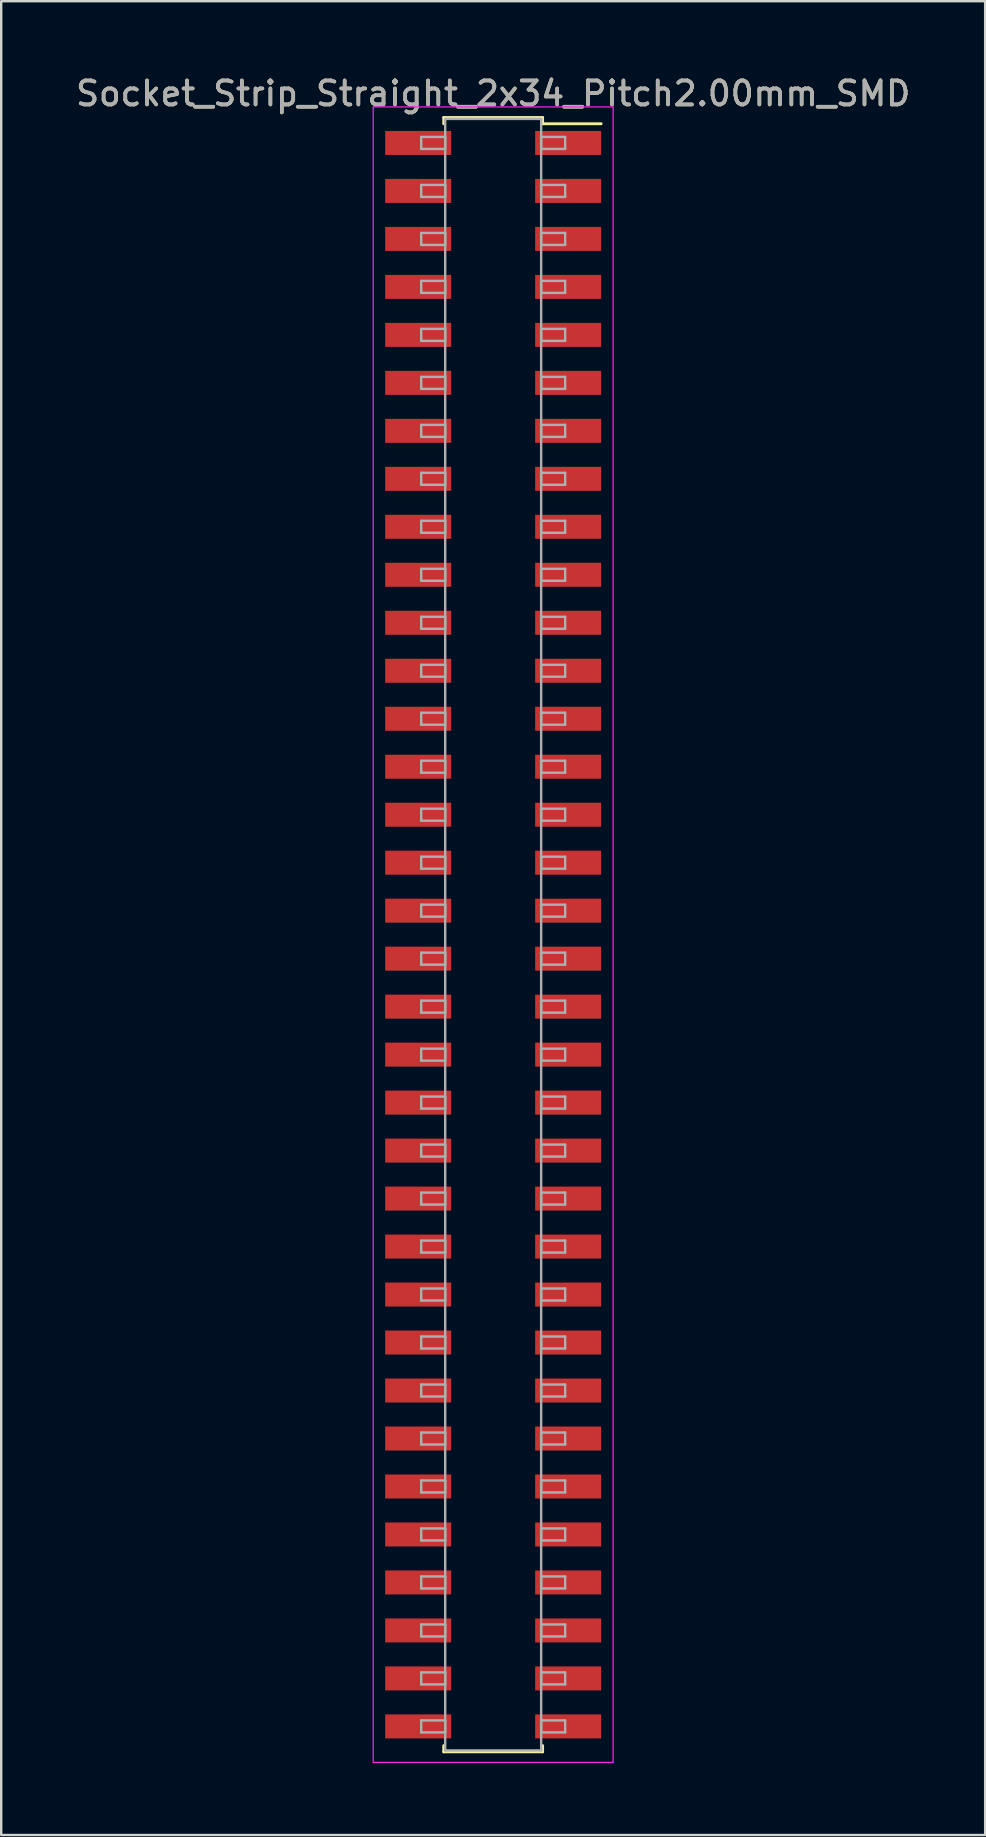
<source format=kicad_pcb>
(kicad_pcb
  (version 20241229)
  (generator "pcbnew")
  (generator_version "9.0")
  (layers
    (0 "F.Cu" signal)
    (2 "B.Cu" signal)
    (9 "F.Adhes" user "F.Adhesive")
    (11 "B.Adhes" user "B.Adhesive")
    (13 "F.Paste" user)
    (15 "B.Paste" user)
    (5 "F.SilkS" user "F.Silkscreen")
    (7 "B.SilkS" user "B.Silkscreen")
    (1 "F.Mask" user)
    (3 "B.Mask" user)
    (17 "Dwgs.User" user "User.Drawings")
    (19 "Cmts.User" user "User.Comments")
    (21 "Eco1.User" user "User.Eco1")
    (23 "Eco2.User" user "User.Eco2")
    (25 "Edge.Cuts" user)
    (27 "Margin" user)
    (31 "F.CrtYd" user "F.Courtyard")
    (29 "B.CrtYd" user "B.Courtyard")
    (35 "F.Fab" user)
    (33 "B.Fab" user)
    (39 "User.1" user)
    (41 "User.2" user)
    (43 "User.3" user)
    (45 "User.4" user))
  (footprint "Socket_Strip_Straight_2x34_Pitch2.00mm_SMD"
    (layer "F.Cu")
    (at 17.506 35.908)
    (property "Reference" "Socket_Strip_Straight_2x34_Pitch2.00mm_SMD" (at 0 -35.06 0) (layer "F.SilkS") (effects (font (size 1 1) (thickness 0.15))))
    (attr smd)
    (fp_line (start -2.06 -34.06) (end 2.06 -34.06) (stroke (width 0.12) (type solid)) (layer "F.SilkS"))
    (fp_line (start -2.06 -33.8) (end -2.06 -34.06) (stroke (width 0.12) (type solid)) (layer "F.SilkS"))
    (fp_line (start -2.06 33.8) (end -2.06 34.06) (stroke (width 0.12) (type solid)) (layer "F.SilkS"))
    (fp_line (start -2.06 34.06) (end 2.06 34.06) (stroke (width 0.12) (type solid)) (layer "F.SilkS"))
    (fp_line (start 2.06 -34.06) (end 2.06 -33.8) (stroke (width 0.12) (type solid)) (layer "F.SilkS"))
    (fp_line (start 2.06 34.06) (end 2.06 33.8) (stroke (width 0.12) (type solid)) (layer "F.SilkS"))
    (fp_line (start 4.5 -33.8) (end 2.06 -33.8) (stroke (width 0.12) (type solid)) (layer "F.SilkS"))
    (fp_line (start -5 -34.5) (end -5 34.5) (stroke (width 0.05) (type solid)) (layer "F.CrtYd"))
    (fp_line (start -5 34.5) (end 5 34.5) (stroke (width 0.05) (type solid)) (layer "F.CrtYd"))
    (fp_line (start 5 -34.5) (end -5 -34.5) (stroke (width 0.05) (type solid)) (layer "F.CrtYd"))
    (fp_line (start 5 34.5) (end 5 -34.5) (stroke (width 0.05) (type solid)) (layer "F.CrtYd"))
    (fp_line (start -3 -33.25) (end -2 -33.25) (stroke (width 0.1) (type solid)) (layer "F.Fab"))
    (fp_line (start -3 -32.75) (end -3 -33.25) (stroke (width 0.1) (type solid)) (layer "F.Fab"))
    (fp_line (start -3 -31.25) (end -2 -31.25) (stroke (width 0.1) (type solid)) (layer "F.Fab"))
    (fp_line (start -3 -30.75) (end -3 -31.25) (stroke (width 0.1) (type solid)) (layer "F.Fab"))
    (fp_line (start -3 -29.25) (end -2 -29.25) (stroke (width 0.1) (type solid)) (layer "F.Fab"))
    (fp_line (start -3 -28.75) (end -3 -29.25) (stroke (width 0.1) (type solid)) (layer "F.Fab"))
    (fp_line (start -3 -27.25) (end -2 -27.25) (stroke (width 0.1) (type solid)) (layer "F.Fab"))
    (fp_line (start -3 -26.75) (end -3 -27.25) (stroke (width 0.1) (type solid)) (layer "F.Fab"))
    (fp_line (start -3 -25.25) (end -2 -25.25) (stroke (width 0.1) (type solid)) (layer "F.Fab"))
    (fp_line (start -3 -24.75) (end -3 -25.25) (stroke (width 0.1) (type solid)) (layer "F.Fab"))
    (fp_line (start -3 -23.25) (end -2 -23.25) (stroke (width 0.1) (type solid)) (layer "F.Fab"))
    (fp_line (start -3 -22.75) (end -3 -23.25) (stroke (width 0.1) (type solid)) (layer "F.Fab"))
    (fp_line (start -3 -21.25) (end -2 -21.25) (stroke (width 0.1) (type solid)) (layer "F.Fab"))
    (fp_line (start -3 -20.75) (end -3 -21.25) (stroke (width 0.1) (type solid)) (layer "F.Fab"))
    (fp_line (start -3 -19.25) (end -2 -19.25) (stroke (width 0.1) (type solid)) (layer "F.Fab"))
    (fp_line (start -3 -18.75) (end -3 -19.25) (stroke (width 0.1) (type solid)) (layer "F.Fab"))
    (fp_line (start -3 -17.25) (end -2 -17.25) (stroke (width 0.1) (type solid)) (layer "F.Fab"))
    (fp_line (start -3 -16.75) (end -3 -17.25) (stroke (width 0.1) (type solid)) (layer "F.Fab"))
    (fp_line (start -3 -15.25) (end -2 -15.25) (stroke (width 0.1) (type solid)) (layer "F.Fab"))
    (fp_line (start -3 -14.75) (end -3 -15.25) (stroke (width 0.1) (type solid)) (layer "F.Fab"))
    (fp_line (start -3 -13.25) (end -2 -13.25) (stroke (width 0.1) (type solid)) (layer "F.Fab"))
    (fp_line (start -3 -12.75) (end -3 -13.25) (stroke (width 0.1) (type solid)) (layer "F.Fab"))
    (fp_line (start -3 -11.25) (end -2 -11.25) (stroke (width 0.1) (type solid)) (layer "F.Fab"))
    (fp_line (start -3 -10.75) (end -3 -11.25) (stroke (width 0.1) (type solid)) (layer "F.Fab"))
    (fp_line (start -3 -9.25) (end -2 -9.25) (stroke (width 0.1) (type solid)) (layer "F.Fab"))
    (fp_line (start -3 -8.75) (end -3 -9.25) (stroke (width 0.1) (type solid)) (layer "F.Fab"))
    (fp_line (start -3 -7.25) (end -2 -7.25) (stroke (width 0.1) (type solid)) (layer "F.Fab"))
    (fp_line (start -3 -6.75) (end -3 -7.25) (stroke (width 0.1) (type solid)) (layer "F.Fab"))
    (fp_line (start -3 -5.25) (end -2 -5.25) (stroke (width 0.1) (type solid)) (layer "F.Fab"))
    (fp_line (start -3 -4.75) (end -3 -5.25) (stroke (width 0.1) (type solid)) (layer "F.Fab"))
    (fp_line (start -3 -3.25) (end -2 -3.25) (stroke (width 0.1) (type solid)) (layer "F.Fab"))
    (fp_line (start -3 -2.75) (end -3 -3.25) (stroke (width 0.1) (type solid)) (layer "F.Fab"))
    (fp_line (start -3 -1.25) (end -2 -1.25) (stroke (width 0.1) (type solid)) (layer "F.Fab"))
    (fp_line (start -3 -0.75) (end -3 -1.25) (stroke (width 0.1) (type solid)) (layer "F.Fab"))
    (fp_line (start -3 0.75) (end -2 0.75) (stroke (width 0.1) (type solid)) (layer "F.Fab"))
    (fp_line (start -3 1.25) (end -3 0.75) (stroke (width 0.1) (type solid)) (layer "F.Fab"))
    (fp_line (start -3 2.75) (end -2 2.75) (stroke (width 0.1) (type solid)) (layer "F.Fab"))
    (fp_line (start -3 3.25) (end -3 2.75) (stroke (width 0.1) (type solid)) (layer "F.Fab"))
    (fp_line (start -3 4.75) (end -2 4.75) (stroke (width 0.1) (type solid)) (layer "F.Fab"))
    (fp_line (start -3 5.25) (end -3 4.75) (stroke (width 0.1) (type solid)) (layer "F.Fab"))
    (fp_line (start -3 6.75) (end -2 6.75) (stroke (width 0.1) (type solid)) (layer "F.Fab"))
    (fp_line (start -3 7.25) (end -3 6.75) (stroke (width 0.1) (type solid)) (layer "F.Fab"))
    (fp_line (start -3 8.75) (end -2 8.75) (stroke (width 0.1) (type solid)) (layer "F.Fab"))
    (fp_line (start -3 9.25) (end -3 8.75) (stroke (width 0.1) (type solid)) (layer "F.Fab"))
    (fp_line (start -3 10.75) (end -2 10.75) (stroke (width 0.1) (type solid)) (layer "F.Fab"))
    (fp_line (start -3 11.25) (end -3 10.75) (stroke (width 0.1) (type solid)) (layer "F.Fab"))
    (fp_line (start -3 12.75) (end -2 12.75) (stroke (width 0.1) (type solid)) (layer "F.Fab"))
    (fp_line (start -3 13.25) (end -3 12.75) (stroke (width 0.1) (type solid)) (layer "F.Fab"))
    (fp_line (start -3 14.75) (end -2 14.75) (stroke (width 0.1) (type solid)) (layer "F.Fab"))
    (fp_line (start -3 15.25) (end -3 14.75) (stroke (width 0.1) (type solid)) (layer "F.Fab"))
    (fp_line (start -3 16.75) (end -2 16.75) (stroke (width 0.1) (type solid)) (layer "F.Fab"))
    (fp_line (start -3 17.25) (end -3 16.75) (stroke (width 0.1) (type solid)) (layer "F.Fab"))
    (fp_line (start -3 18.75) (end -2 18.75) (stroke (width 0.1) (type solid)) (layer "F.Fab"))
    (fp_line (start -3 19.25) (end -3 18.75) (stroke (width 0.1) (type solid)) (layer "F.Fab"))
    (fp_line (start -3 20.75) (end -2 20.75) (stroke (width 0.1) (type solid)) (layer "F.Fab"))
    (fp_line (start -3 21.25) (end -3 20.75) (stroke (width 0.1) (type solid)) (layer "F.Fab"))
    (fp_line (start -3 22.75) (end -2 22.75) (stroke (width 0.1) (type solid)) (layer "F.Fab"))
    (fp_line (start -3 23.25) (end -3 22.75) (stroke (width 0.1) (type solid)) (layer "F.Fab"))
    (fp_line (start -3 24.75) (end -2 24.75) (stroke (width 0.1) (type solid)) (layer "F.Fab"))
    (fp_line (start -3 25.25) (end -3 24.75) (stroke (width 0.1) (type solid)) (layer "F.Fab"))
    (fp_line (start -3 26.75) (end -2 26.75) (stroke (width 0.1) (type solid)) (layer "F.Fab"))
    (fp_line (start -3 27.25) (end -3 26.75) (stroke (width 0.1) (type solid)) (layer "F.Fab"))
    (fp_line (start -3 28.75) (end -2 28.75) (stroke (width 0.1) (type solid)) (layer "F.Fab"))
    (fp_line (start -3 29.25) (end -3 28.75) (stroke (width 0.1) (type solid)) (layer "F.Fab"))
    (fp_line (start -3 30.75) (end -2 30.75) (stroke (width 0.1) (type solid)) (layer "F.Fab"))
    (fp_line (start -3 31.25) (end -3 30.75) (stroke (width 0.1) (type solid)) (layer "F.Fab"))
    (fp_line (start -3 32.75) (end -2 32.75) (stroke (width 0.1) (type solid)) (layer "F.Fab"))
    (fp_line (start -3 33.25) (end -3 32.75) (stroke (width 0.1) (type solid)) (layer "F.Fab"))
    (fp_line (start -2 -34) (end -2 34) (stroke (width 0.1) (type solid)) (layer "F.Fab"))
    (fp_line (start -2 -33.25) (end -2 -32.75) (stroke (width 0.1) (type solid)) (layer "F.Fab"))
    (fp_line (start -2 -32.75) (end -3 -32.75) (stroke (width 0.1) (type solid)) (layer "F.Fab"))
    (fp_line (start -2 -31.25) (end -2 -30.75) (stroke (width 0.1) (type solid)) (layer "F.Fab"))
    (fp_line (start -2 -30.75) (end -3 -30.75) (stroke (width 0.1) (type solid)) (layer "F.Fab"))
    (fp_line (start -2 -29.25) (end -2 -28.75) (stroke (width 0.1) (type solid)) (layer "F.Fab"))
    (fp_line (start -2 -28.75) (end -3 -28.75) (stroke (width 0.1) (type solid)) (layer "F.Fab"))
    (fp_line (start -2 -27.25) (end -2 -26.75) (stroke (width 0.1) (type solid)) (layer "F.Fab"))
    (fp_line (start -2 -26.75) (end -3 -26.75) (stroke (width 0.1) (type solid)) (layer "F.Fab"))
    (fp_line (start -2 -25.25) (end -2 -24.75) (stroke (width 0.1) (type solid)) (layer "F.Fab"))
    (fp_line (start -2 -24.75) (end -3 -24.75) (stroke (width 0.1) (type solid)) (layer "F.Fab"))
    (fp_line (start -2 -23.25) (end -2 -22.75) (stroke (width 0.1) (type solid)) (layer "F.Fab"))
    (fp_line (start -2 -22.75) (end -3 -22.75) (stroke (width 0.1) (type solid)) (layer "F.Fab"))
    (fp_line (start -2 -21.25) (end -2 -20.75) (stroke (width 0.1) (type solid)) (layer "F.Fab"))
    (fp_line (start -2 -20.75) (end -3 -20.75) (stroke (width 0.1) (type solid)) (layer "F.Fab"))
    (fp_line (start -2 -19.25) (end -2 -18.75) (stroke (width 0.1) (type solid)) (layer "F.Fab"))
    (fp_line (start -2 -18.75) (end -3 -18.75) (stroke (width 0.1) (type solid)) (layer "F.Fab"))
    (fp_line (start -2 -17.25) (end -2 -16.75) (stroke (width 0.1) (type solid)) (layer "F.Fab"))
    (fp_line (start -2 -16.75) (end -3 -16.75) (stroke (width 0.1) (type solid)) (layer "F.Fab"))
    (fp_line (start -2 -15.25) (end -2 -14.75) (stroke (width 0.1) (type solid)) (layer "F.Fab"))
    (fp_line (start -2 -14.75) (end -3 -14.75) (stroke (width 0.1) (type solid)) (layer "F.Fab"))
    (fp_line (start -2 -13.25) (end -2 -12.75) (stroke (width 0.1) (type solid)) (layer "F.Fab"))
    (fp_line (start -2 -12.75) (end -3 -12.75) (stroke (width 0.1) (type solid)) (layer "F.Fab"))
    (fp_line (start -2 -11.25) (end -2 -10.75) (stroke (width 0.1) (type solid)) (layer "F.Fab"))
    (fp_line (start -2 -10.75) (end -3 -10.75) (stroke (width 0.1) (type solid)) (layer "F.Fab"))
    (fp_line (start -2 -9.25) (end -2 -8.75) (stroke (width 0.1) (type solid)) (layer "F.Fab"))
    (fp_line (start -2 -8.75) (end -3 -8.75) (stroke (width 0.1) (type solid)) (layer "F.Fab"))
    (fp_line (start -2 -7.25) (end -2 -6.75) (stroke (width 0.1) (type solid)) (layer "F.Fab"))
    (fp_line (start -2 -6.75) (end -3 -6.75) (stroke (width 0.1) (type solid)) (layer "F.Fab"))
    (fp_line (start -2 -5.25) (end -2 -4.75) (stroke (width 0.1) (type solid)) (layer "F.Fab"))
    (fp_line (start -2 -4.75) (end -3 -4.75) (stroke (width 0.1) (type solid)) (layer "F.Fab"))
    (fp_line (start -2 -3.25) (end -2 -2.75) (stroke (width 0.1) (type solid)) (layer "F.Fab"))
    (fp_line (start -2 -2.75) (end -3 -2.75) (stroke (width 0.1) (type solid)) (layer "F.Fab"))
    (fp_line (start -2 -1.25) (end -2 -0.75) (stroke (width 0.1) (type solid)) (layer "F.Fab"))
    (fp_line (start -2 -0.75) (end -3 -0.75) (stroke (width 0.1) (type solid)) (layer "F.Fab"))
    (fp_line (start -2 0.75) (end -2 1.25) (stroke (width 0.1) (type solid)) (layer "F.Fab"))
    (fp_line (start -2 1.25) (end -3 1.25) (stroke (width 0.1) (type solid)) (layer "F.Fab"))
    (fp_line (start -2 2.75) (end -2 3.25) (stroke (width 0.1) (type solid)) (layer "F.Fab"))
    (fp_line (start -2 3.25) (end -3 3.25) (stroke (width 0.1) (type solid)) (layer "F.Fab"))
    (fp_line (start -2 4.75) (end -2 5.25) (stroke (width 0.1) (type solid)) (layer "F.Fab"))
    (fp_line (start -2 5.25) (end -3 5.25) (stroke (width 0.1) (type solid)) (layer "F.Fab"))
    (fp_line (start -2 6.75) (end -2 7.25) (stroke (width 0.1) (type solid)) (layer "F.Fab"))
    (fp_line (start -2 7.25) (end -3 7.25) (stroke (width 0.1) (type solid)) (layer "F.Fab"))
    (fp_line (start -2 8.75) (end -2 9.25) (stroke (width 0.1) (type solid)) (layer "F.Fab"))
    (fp_line (start -2 9.25) (end -3 9.25) (stroke (width 0.1) (type solid)) (layer "F.Fab"))
    (fp_line (start -2 10.75) (end -2 11.25) (stroke (width 0.1) (type solid)) (layer "F.Fab"))
    (fp_line (start -2 11.25) (end -3 11.25) (stroke (width 0.1) (type solid)) (layer "F.Fab"))
    (fp_line (start -2 12.75) (end -2 13.25) (stroke (width 0.1) (type solid)) (layer "F.Fab"))
    (fp_line (start -2 13.25) (end -3 13.25) (stroke (width 0.1) (type solid)) (layer "F.Fab"))
    (fp_line (start -2 14.75) (end -2 15.25) (stroke (width 0.1) (type solid)) (layer "F.Fab"))
    (fp_line (start -2 15.25) (end -3 15.25) (stroke (width 0.1) (type solid)) (layer "F.Fab"))
    (fp_line (start -2 16.75) (end -2 17.25) (stroke (width 0.1) (type solid)) (layer "F.Fab"))
    (fp_line (start -2 17.25) (end -3 17.25) (stroke (width 0.1) (type solid)) (layer "F.Fab"))
    (fp_line (start -2 18.75) (end -2 19.25) (stroke (width 0.1) (type solid)) (layer "F.Fab"))
    (fp_line (start -2 19.25) (end -3 19.25) (stroke (width 0.1) (type solid)) (layer "F.Fab"))
    (fp_line (start -2 20.75) (end -2 21.25) (stroke (width 0.1) (type solid)) (layer "F.Fab"))
    (fp_line (start -2 21.25) (end -3 21.25) (stroke (width 0.1) (type solid)) (layer "F.Fab"))
    (fp_line (start -2 22.75) (end -2 23.25) (stroke (width 0.1) (type solid)) (layer "F.Fab"))
    (fp_line (start -2 23.25) (end -3 23.25) (stroke (width 0.1) (type solid)) (layer "F.Fab"))
    (fp_line (start -2 24.75) (end -2 25.25) (stroke (width 0.1) (type solid)) (layer "F.Fab"))
    (fp_line (start -2 25.25) (end -3 25.25) (stroke (width 0.1) (type solid)) (layer "F.Fab"))
    (fp_line (start -2 26.75) (end -2 27.25) (stroke (width 0.1) (type solid)) (layer "F.Fab"))
    (fp_line (start -2 27.25) (end -3 27.25) (stroke (width 0.1) (type solid)) (layer "F.Fab"))
    (fp_line (start -2 28.75) (end -2 29.25) (stroke (width 0.1) (type solid)) (layer "F.Fab"))
    (fp_line (start -2 29.25) (end -3 29.25) (stroke (width 0.1) (type solid)) (layer "F.Fab"))
    (fp_line (start -2 30.75) (end -2 31.25) (stroke (width 0.1) (type solid)) (layer "F.Fab"))
    (fp_line (start -2 31.25) (end -3 31.25) (stroke (width 0.1) (type solid)) (layer "F.Fab"))
    (fp_line (start -2 32.75) (end -2 33.25) (stroke (width 0.1) (type solid)) (layer "F.Fab"))
    (fp_line (start -2 33.25) (end -3 33.25) (stroke (width 0.1) (type solid)) (layer "F.Fab"))
    (fp_line (start -2 34) (end 2 34) (stroke (width 0.1) (type solid)) (layer "F.Fab"))
    (fp_line (start 2 -34) (end -2 -34) (stroke (width 0.1) (type solid)) (layer "F.Fab"))
    (fp_line (start 2 -33.25) (end 2 -32.75) (stroke (width 0.1) (type solid)) (layer "F.Fab"))
    (fp_line (start 2 -32.75) (end 3 -32.75) (stroke (width 0.1) (type solid)) (layer "F.Fab"))
    (fp_line (start 2 -31.25) (end 2 -30.75) (stroke (width 0.1) (type solid)) (layer "F.Fab"))
    (fp_line (start 2 -30.75) (end 3 -30.75) (stroke (width 0.1) (type solid)) (layer "F.Fab"))
    (fp_line (start 2 -29.25) (end 2 -28.75) (stroke (width 0.1) (type solid)) (layer "F.Fab"))
    (fp_line (start 2 -28.75) (end 3 -28.75) (stroke (width 0.1) (type solid)) (layer "F.Fab"))
    (fp_line (start 2 -27.25) (end 2 -26.75) (stroke (width 0.1) (type solid)) (layer "F.Fab"))
    (fp_line (start 2 -26.75) (end 3 -26.75) (stroke (width 0.1) (type solid)) (layer "F.Fab"))
    (fp_line (start 2 -25.25) (end 2 -24.75) (stroke (width 0.1) (type solid)) (layer "F.Fab"))
    (fp_line (start 2 -24.75) (end 3 -24.75) (stroke (width 0.1) (type solid)) (layer "F.Fab"))
    (fp_line (start 2 -23.25) (end 2 -22.75) (stroke (width 0.1) (type solid)) (layer "F.Fab"))
    (fp_line (start 2 -22.75) (end 3 -22.75) (stroke (width 0.1) (type solid)) (layer "F.Fab"))
    (fp_line (start 2 -21.25) (end 2 -20.75) (stroke (width 0.1) (type solid)) (layer "F.Fab"))
    (fp_line (start 2 -20.75) (end 3 -20.75) (stroke (width 0.1) (type solid)) (layer "F.Fab"))
    (fp_line (start 2 -19.25) (end 2 -18.75) (stroke (width 0.1) (type solid)) (layer "F.Fab"))
    (fp_line (start 2 -18.75) (end 3 -18.75) (stroke (width 0.1) (type solid)) (layer "F.Fab"))
    (fp_line (start 2 -17.25) (end 2 -16.75) (stroke (width 0.1) (type solid)) (layer "F.Fab"))
    (fp_line (start 2 -16.75) (end 3 -16.75) (stroke (width 0.1) (type solid)) (layer "F.Fab"))
    (fp_line (start 2 -15.25) (end 2 -14.75) (stroke (width 0.1) (type solid)) (layer "F.Fab"))
    (fp_line (start 2 -14.75) (end 3 -14.75) (stroke (width 0.1) (type solid)) (layer "F.Fab"))
    (fp_line (start 2 -13.25) (end 2 -12.75) (stroke (width 0.1) (type solid)) (layer "F.Fab"))
    (fp_line (start 2 -12.75) (end 3 -12.75) (stroke (width 0.1) (type solid)) (layer "F.Fab"))
    (fp_line (start 2 -11.25) (end 2 -10.75) (stroke (width 0.1) (type solid)) (layer "F.Fab"))
    (fp_line (start 2 -10.75) (end 3 -10.75) (stroke (width 0.1) (type solid)) (layer "F.Fab"))
    (fp_line (start 2 -9.25) (end 2 -8.75) (stroke (width 0.1) (type solid)) (layer "F.Fab"))
    (fp_line (start 2 -8.75) (end 3 -8.75) (stroke (width 0.1) (type solid)) (layer "F.Fab"))
    (fp_line (start 2 -7.25) (end 2 -6.75) (stroke (width 0.1) (type solid)) (layer "F.Fab"))
    (fp_line (start 2 -6.75) (end 3 -6.75) (stroke (width 0.1) (type solid)) (layer "F.Fab"))
    (fp_line (start 2 -5.25) (end 2 -4.75) (stroke (width 0.1) (type solid)) (layer "F.Fab"))
    (fp_line (start 2 -4.75) (end 3 -4.75) (stroke (width 0.1) (type solid)) (layer "F.Fab"))
    (fp_line (start 2 -3.25) (end 2 -2.75) (stroke (width 0.1) (type solid)) (layer "F.Fab"))
    (fp_line (start 2 -2.75) (end 3 -2.75) (stroke (width 0.1) (type solid)) (layer "F.Fab"))
    (fp_line (start 2 -1.25) (end 2 -0.75) (stroke (width 0.1) (type solid)) (layer "F.Fab"))
    (fp_line (start 2 -0.75) (end 3 -0.75) (stroke (width 0.1) (type solid)) (layer "F.Fab"))
    (fp_line (start 2 0.75) (end 2 1.25) (stroke (width 0.1) (type solid)) (layer "F.Fab"))
    (fp_line (start 2 1.25) (end 3 1.25) (stroke (width 0.1) (type solid)) (layer "F.Fab"))
    (fp_line (start 2 2.75) (end 2 3.25) (stroke (width 0.1) (type solid)) (layer "F.Fab"))
    (fp_line (start 2 3.25) (end 3 3.25) (stroke (width 0.1) (type solid)) (layer "F.Fab"))
    (fp_line (start 2 4.75) (end 2 5.25) (stroke (width 0.1) (type solid)) (layer "F.Fab"))
    (fp_line (start 2 5.25) (end 3 5.25) (stroke (width 0.1) (type solid)) (layer "F.Fab"))
    (fp_line (start 2 6.75) (end 2 7.25) (stroke (width 0.1) (type solid)) (layer "F.Fab"))
    (fp_line (start 2 7.25) (end 3 7.25) (stroke (width 0.1) (type solid)) (layer "F.Fab"))
    (fp_line (start 2 8.75) (end 2 9.25) (stroke (width 0.1) (type solid)) (layer "F.Fab"))
    (fp_line (start 2 9.25) (end 3 9.25) (stroke (width 0.1) (type solid)) (layer "F.Fab"))
    (fp_line (start 2 10.75) (end 2 11.25) (stroke (width 0.1) (type solid)) (layer "F.Fab"))
    (fp_line (start 2 11.25) (end 3 11.25) (stroke (width 0.1) (type solid)) (layer "F.Fab"))
    (fp_line (start 2 12.75) (end 2 13.25) (stroke (width 0.1) (type solid)) (layer "F.Fab"))
    (fp_line (start 2 13.25) (end 3 13.25) (stroke (width 0.1) (type solid)) (layer "F.Fab"))
    (fp_line (start 2 14.75) (end 2 15.25) (stroke (width 0.1) (type solid)) (layer "F.Fab"))
    (fp_line (start 2 15.25) (end 3 15.25) (stroke (width 0.1) (type solid)) (layer "F.Fab"))
    (fp_line (start 2 16.75) (end 2 17.25) (stroke (width 0.1) (type solid)) (layer "F.Fab"))
    (fp_line (start 2 17.25) (end 3 17.25) (stroke (width 0.1) (type solid)) (layer "F.Fab"))
    (fp_line (start 2 18.75) (end 2 19.25) (stroke (width 0.1) (type solid)) (layer "F.Fab"))
    (fp_line (start 2 19.25) (end 3 19.25) (stroke (width 0.1) (type solid)) (layer "F.Fab"))
    (fp_line (start 2 20.75) (end 2 21.25) (stroke (width 0.1) (type solid)) (layer "F.Fab"))
    (fp_line (start 2 21.25) (end 3 21.25) (stroke (width 0.1) (type solid)) (layer "F.Fab"))
    (fp_line (start 2 22.75) (end 2 23.25) (stroke (width 0.1) (type solid)) (layer "F.Fab"))
    (fp_line (start 2 23.25) (end 3 23.25) (stroke (width 0.1) (type solid)) (layer "F.Fab"))
    (fp_line (start 2 24.75) (end 2 25.25) (stroke (width 0.1) (type solid)) (layer "F.Fab"))
    (fp_line (start 2 25.25) (end 3 25.25) (stroke (width 0.1) (type solid)) (layer "F.Fab"))
    (fp_line (start 2 26.75) (end 2 27.25) (stroke (width 0.1) (type solid)) (layer "F.Fab"))
    (fp_line (start 2 27.25) (end 3 27.25) (stroke (width 0.1) (type solid)) (layer "F.Fab"))
    (fp_line (start 2 28.75) (end 2 29.25) (stroke (width 0.1) (type solid)) (layer "F.Fab"))
    (fp_line (start 2 29.25) (end 3 29.25) (stroke (width 0.1) (type solid)) (layer "F.Fab"))
    (fp_line (start 2 30.75) (end 2 31.25) (stroke (width 0.1) (type solid)) (layer "F.Fab"))
    (fp_line (start 2 31.25) (end 3 31.25) (stroke (width 0.1) (type solid)) (layer "F.Fab"))
    (fp_line (start 2 32.75) (end 2 33.25) (stroke (width 0.1) (type solid)) (layer "F.Fab"))
    (fp_line (start 2 33.25) (end 3 33.25) (stroke (width 0.1) (type solid)) (layer "F.Fab"))
    (fp_line (start 2 34) (end 2 -34) (stroke (width 0.1) (type solid)) (layer "F.Fab"))
    (fp_line (start 3 -33.25) (end 2 -33.25) (stroke (width 0.1) (type solid)) (layer "F.Fab"))
    (fp_line (start 3 -32.75) (end 3 -33.25) (stroke (width 0.1) (type solid)) (layer "F.Fab"))
    (fp_line (start 3 -31.25) (end 2 -31.25) (stroke (width 0.1) (type solid)) (layer "F.Fab"))
    (fp_line (start 3 -30.75) (end 3 -31.25) (stroke (width 0.1) (type solid)) (layer "F.Fab"))
    (fp_line (start 3 -29.25) (end 2 -29.25) (stroke (width 0.1) (type solid)) (layer "F.Fab"))
    (fp_line (start 3 -28.75) (end 3 -29.25) (stroke (width 0.1) (type solid)) (layer "F.Fab"))
    (fp_line (start 3 -27.25) (end 2 -27.25) (stroke (width 0.1) (type solid)) (layer "F.Fab"))
    (fp_line (start 3 -26.75) (end 3 -27.25) (stroke (width 0.1) (type solid)) (layer "F.Fab"))
    (fp_line (start 3 -25.25) (end 2 -25.25) (stroke (width 0.1) (type solid)) (layer "F.Fab"))
    (fp_line (start 3 -24.75) (end 3 -25.25) (stroke (width 0.1) (type solid)) (layer "F.Fab"))
    (fp_line (start 3 -23.25) (end 2 -23.25) (stroke (width 0.1) (type solid)) (layer "F.Fab"))
    (fp_line (start 3 -22.75) (end 3 -23.25) (stroke (width 0.1) (type solid)) (layer "F.Fab"))
    (fp_line (start 3 -21.25) (end 2 -21.25) (stroke (width 0.1) (type solid)) (layer "F.Fab"))
    (fp_line (start 3 -20.75) (end 3 -21.25) (stroke (width 0.1) (type solid)) (layer "F.Fab"))
    (fp_line (start 3 -19.25) (end 2 -19.25) (stroke (width 0.1) (type solid)) (layer "F.Fab"))
    (fp_line (start 3 -18.75) (end 3 -19.25) (stroke (width 0.1) (type solid)) (layer "F.Fab"))
    (fp_line (start 3 -17.25) (end 2 -17.25) (stroke (width 0.1) (type solid)) (layer "F.Fab"))
    (fp_line (start 3 -16.75) (end 3 -17.25) (stroke (width 0.1) (type solid)) (layer "F.Fab"))
    (fp_line (start 3 -15.25) (end 2 -15.25) (stroke (width 0.1) (type solid)) (layer "F.Fab"))
    (fp_line (start 3 -14.75) (end 3 -15.25) (stroke (width 0.1) (type solid)) (layer "F.Fab"))
    (fp_line (start 3 -13.25) (end 2 -13.25) (stroke (width 0.1) (type solid)) (layer "F.Fab"))
    (fp_line (start 3 -12.75) (end 3 -13.25) (stroke (width 0.1) (type solid)) (layer "F.Fab"))
    (fp_line (start 3 -11.25) (end 2 -11.25) (stroke (width 0.1) (type solid)) (layer "F.Fab"))
    (fp_line (start 3 -10.75) (end 3 -11.25) (stroke (width 0.1) (type solid)) (layer "F.Fab"))
    (fp_line (start 3 -9.25) (end 2 -9.25) (stroke (width 0.1) (type solid)) (layer "F.Fab"))
    (fp_line (start 3 -8.75) (end 3 -9.25) (stroke (width 0.1) (type solid)) (layer "F.Fab"))
    (fp_line (start 3 -7.25) (end 2 -7.25) (stroke (width 0.1) (type solid)) (layer "F.Fab"))
    (fp_line (start 3 -6.75) (end 3 -7.25) (stroke (width 0.1) (type solid)) (layer "F.Fab"))
    (fp_line (start 3 -5.25) (end 2 -5.25) (stroke (width 0.1) (type solid)) (layer "F.Fab"))
    (fp_line (start 3 -4.75) (end 3 -5.25) (stroke (width 0.1) (type solid)) (layer "F.Fab"))
    (fp_line (start 3 -3.25) (end 2 -3.25) (stroke (width 0.1) (type solid)) (layer "F.Fab"))
    (fp_line (start 3 -2.75) (end 3 -3.25) (stroke (width 0.1) (type solid)) (layer "F.Fab"))
    (fp_line (start 3 -1.25) (end 2 -1.25) (stroke (width 0.1) (type solid)) (layer "F.Fab"))
    (fp_line (start 3 -0.75) (end 3 -1.25) (stroke (width 0.1) (type solid)) (layer "F.Fab"))
    (fp_line (start 3 0.75) (end 2 0.75) (stroke (width 0.1) (type solid)) (layer "F.Fab"))
    (fp_line (start 3 1.25) (end 3 0.75) (stroke (width 0.1) (type solid)) (layer "F.Fab"))
    (fp_line (start 3 2.75) (end 2 2.75) (stroke (width 0.1) (type solid)) (layer "F.Fab"))
    (fp_line (start 3 3.25) (end 3 2.75) (stroke (width 0.1) (type solid)) (layer "F.Fab"))
    (fp_line (start 3 4.75) (end 2 4.75) (stroke (width 0.1) (type solid)) (layer "F.Fab"))
    (fp_line (start 3 5.25) (end 3 4.75) (stroke (width 0.1) (type solid)) (layer "F.Fab"))
    (fp_line (start 3 6.75) (end 2 6.75) (stroke (width 0.1) (type solid)) (layer "F.Fab"))
    (fp_line (start 3 7.25) (end 3 6.75) (stroke (width 0.1) (type solid)) (layer "F.Fab"))
    (fp_line (start 3 8.75) (end 2 8.75) (stroke (width 0.1) (type solid)) (layer "F.Fab"))
    (fp_line (start 3 9.25) (end 3 8.75) (stroke (width 0.1) (type solid)) (layer "F.Fab"))
    (fp_line (start 3 10.75) (end 2 10.75) (stroke (width 0.1) (type solid)) (layer "F.Fab"))
    (fp_line (start 3 11.25) (end 3 10.75) (stroke (width 0.1) (type solid)) (layer "F.Fab"))
    (fp_line (start 3 12.75) (end 2 12.75) (stroke (width 0.1) (type solid)) (layer "F.Fab"))
    (fp_line (start 3 13.25) (end 3 12.75) (stroke (width 0.1) (type solid)) (layer "F.Fab"))
    (fp_line (start 3 14.75) (end 2 14.75) (stroke (width 0.1) (type solid)) (layer "F.Fab"))
    (fp_line (start 3 15.25) (end 3 14.75) (stroke (width 0.1) (type solid)) (layer "F.Fab"))
    (fp_line (start 3 16.75) (end 2 16.75) (stroke (width 0.1) (type solid)) (layer "F.Fab"))
    (fp_line (start 3 17.25) (end 3 16.75) (stroke (width 0.1) (type solid)) (layer "F.Fab"))
    (fp_line (start 3 18.75) (end 2 18.75) (stroke (width 0.1) (type solid)) (layer "F.Fab"))
    (fp_line (start 3 19.25) (end 3 18.75) (stroke (width 0.1) (type solid)) (layer "F.Fab"))
    (fp_line (start 3 20.75) (end 2 20.75) (stroke (width 0.1) (type solid)) (layer "F.Fab"))
    (fp_line (start 3 21.25) (end 3 20.75) (stroke (width 0.1) (type solid)) (layer "F.Fab"))
    (fp_line (start 3 22.75) (end 2 22.75) (stroke (width 0.1) (type solid)) (layer "F.Fab"))
    (fp_line (start 3 23.25) (end 3 22.75) (stroke (width 0.1) (type solid)) (layer "F.Fab"))
    (fp_line (start 3 24.75) (end 2 24.75) (stroke (width 0.1) (type solid)) (layer "F.Fab"))
    (fp_line (start 3 25.25) (end 3 24.75) (stroke (width 0.1) (type solid)) (layer "F.Fab"))
    (fp_line (start 3 26.75) (end 2 26.75) (stroke (width 0.1) (type solid)) (layer "F.Fab"))
    (fp_line (start 3 27.25) (end 3 26.75) (stroke (width 0.1) (type solid)) (layer "F.Fab"))
    (fp_line (start 3 28.75) (end 2 28.75) (stroke (width 0.1) (type solid)) (layer "F.Fab"))
    (fp_line (start 3 29.25) (end 3 28.75) (stroke (width 0.1) (type solid)) (layer "F.Fab"))
    (fp_line (start 3 30.75) (end 2 30.75) (stroke (width 0.1) (type solid)) (layer "F.Fab"))
    (fp_line (start 3 31.25) (end 3 30.75) (stroke (width 0.1) (type solid)) (layer "F.Fab"))
    (fp_line (start 3 32.75) (end 2 32.75) (stroke (width 0.1) (type solid)) (layer "F.Fab"))
    (fp_line (start 3 33.25) (end 3 32.75) (stroke (width 0.1) (type solid)) (layer "F.Fab"))
    (fp_text user "${REFERENCE}" (at 0 -35.06 0) (layer "F.Fab") (effects (font (size 1 1) (thickness 0.15))))
    (pad "1" smd rect (at 3.125 -33) (size 2.75 1) (layers "F.Cu" "F.Mask" "F.Paste"))
    (pad "2" smd rect (at -3.125 -33) (size 2.75 1) (layers "F.Cu" "F.Mask" "F.Paste"))
    (pad "3" smd rect (at 3.125 -31) (size 2.75 1) (layers "F.Cu" "F.Mask" "F.Paste"))
    (pad "4" smd rect (at -3.125 -31) (size 2.75 1) (layers "F.Cu" "F.Mask" "F.Paste"))
    (pad "5" smd rect (at 3.125 -29) (size 2.75 1) (layers "F.Cu" "F.Mask" "F.Paste"))
    (pad "6" smd rect (at -3.125 -29) (size 2.75 1) (layers "F.Cu" "F.Mask" "F.Paste"))
    (pad "7" smd rect (at 3.125 -27) (size 2.75 1) (layers "F.Cu" "F.Mask" "F.Paste"))
    (pad "8" smd rect (at -3.125 -27) (size 2.75 1) (layers "F.Cu" "F.Mask" "F.Paste"))
    (pad "9" smd rect (at 3.125 -25) (size 2.75 1) (layers "F.Cu" "F.Mask" "F.Paste"))
    (pad "10" smd rect (at -3.125 -25) (size 2.75 1) (layers "F.Cu" "F.Mask" "F.Paste"))
    (pad "11" smd rect (at 3.125 -23) (size 2.75 1) (layers "F.Cu" "F.Mask" "F.Paste"))
    (pad "12" smd rect (at -3.125 -23) (size 2.75 1) (layers "F.Cu" "F.Mask" "F.Paste"))
    (pad "13" smd rect (at 3.125 -21) (size 2.75 1) (layers "F.Cu" "F.Mask" "F.Paste"))
    (pad "14" smd rect (at -3.125 -21) (size 2.75 1) (layers "F.Cu" "F.Mask" "F.Paste"))
    (pad "15" smd rect (at 3.125 -19) (size 2.75 1) (layers "F.Cu" "F.Mask" "F.Paste"))
    (pad "16" smd rect (at -3.125 -19) (size 2.75 1) (layers "F.Cu" "F.Mask" "F.Paste"))
    (pad "17" smd rect (at 3.125 -17) (size 2.75 1) (layers "F.Cu" "F.Mask" "F.Paste"))
    (pad "18" smd rect (at -3.125 -17) (size 2.75 1) (layers "F.Cu" "F.Mask" "F.Paste"))
    (pad "19" smd rect (at 3.125 -15) (size 2.75 1) (layers "F.Cu" "F.Mask" "F.Paste"))
    (pad "20" smd rect (at -3.125 -15) (size 2.75 1) (layers "F.Cu" "F.Mask" "F.Paste"))
    (pad "21" smd rect (at 3.125 -13) (size 2.75 1) (layers "F.Cu" "F.Mask" "F.Paste"))
    (pad "22" smd rect (at -3.125 -13) (size 2.75 1) (layers "F.Cu" "F.Mask" "F.Paste"))
    (pad "23" smd rect (at 3.125 -11) (size 2.75 1) (layers "F.Cu" "F.Mask" "F.Paste"))
    (pad "24" smd rect (at -3.125 -11) (size 2.75 1) (layers "F.Cu" "F.Mask" "F.Paste"))
    (pad "25" smd rect (at 3.125 -9) (size 2.75 1) (layers "F.Cu" "F.Mask" "F.Paste"))
    (pad "26" smd rect (at -3.125 -9) (size 2.75 1) (layers "F.Cu" "F.Mask" "F.Paste"))
    (pad "27" smd rect (at 3.125 -7) (size 2.75 1) (layers "F.Cu" "F.Mask" "F.Paste"))
    (pad "28" smd rect (at -3.125 -7) (size 2.75 1) (layers "F.Cu" "F.Mask" "F.Paste"))
    (pad "29" smd rect (at 3.125 -5) (size 2.75 1) (layers "F.Cu" "F.Mask" "F.Paste"))
    (pad "30" smd rect (at -3.125 -5) (size 2.75 1) (layers "F.Cu" "F.Mask" "F.Paste"))
    (pad "31" smd rect (at 3.125 -3) (size 2.75 1) (layers "F.Cu" "F.Mask" "F.Paste"))
    (pad "32" smd rect (at -3.125 -3) (size 2.75 1) (layers "F.Cu" "F.Mask" "F.Paste"))
    (pad "33" smd rect (at 3.125 -1) (size 2.75 1) (layers "F.Cu" "F.Mask" "F.Paste"))
    (pad "34" smd rect (at -3.125 -1) (size 2.75 1) (layers "F.Cu" "F.Mask" "F.Paste"))
    (pad "35" smd rect (at 3.125 1) (size 2.75 1) (layers "F.Cu" "F.Mask" "F.Paste"))
    (pad "36" smd rect (at -3.125 1) (size 2.75 1) (layers "F.Cu" "F.Mask" "F.Paste"))
    (pad "37" smd rect (at 3.125 3) (size 2.75 1) (layers "F.Cu" "F.Mask" "F.Paste"))
    (pad "38" smd rect (at -3.125 3) (size 2.75 1) (layers "F.Cu" "F.Mask" "F.Paste"))
    (pad "39" smd rect (at 3.125 5) (size 2.75 1) (layers "F.Cu" "F.Mask" "F.Paste"))
    (pad "40" smd rect (at -3.125 5) (size 2.75 1) (layers "F.Cu" "F.Mask" "F.Paste"))
    (pad "41" smd rect (at 3.125 7) (size 2.75 1) (layers "F.Cu" "F.Mask" "F.Paste"))
    (pad "42" smd rect (at -3.125 7) (size 2.75 1) (layers "F.Cu" "F.Mask" "F.Paste"))
    (pad "43" smd rect (at 3.125 9) (size 2.75 1) (layers "F.Cu" "F.Mask" "F.Paste"))
    (pad "44" smd rect (at -3.125 9) (size 2.75 1) (layers "F.Cu" "F.Mask" "F.Paste"))
    (pad "45" smd rect (at 3.125 11) (size 2.75 1) (layers "F.Cu" "F.Mask" "F.Paste"))
    (pad "46" smd rect (at -3.125 11) (size 2.75 1) (layers "F.Cu" "F.Mask" "F.Paste"))
    (pad "47" smd rect (at 3.125 13) (size 2.75 1) (layers "F.Cu" "F.Mask" "F.Paste"))
    (pad "48" smd rect (at -3.125 13) (size 2.75 1) (layers "F.Cu" "F.Mask" "F.Paste"))
    (pad "49" smd rect (at 3.125 15) (size 2.75 1) (layers "F.Cu" "F.Mask" "F.Paste"))
    (pad "50" smd rect (at -3.125 15) (size 2.75 1) (layers "F.Cu" "F.Mask" "F.Paste"))
    (pad "51" smd rect (at 3.125 17) (size 2.75 1) (layers "F.Cu" "F.Mask" "F.Paste"))
    (pad "52" smd rect (at -3.125 17) (size 2.75 1) (layers "F.Cu" "F.Mask" "F.Paste"))
    (pad "53" smd rect (at 3.125 19) (size 2.75 1) (layers "F.Cu" "F.Mask" "F.Paste"))
    (pad "54" smd rect (at -3.125 19) (size 2.75 1) (layers "F.Cu" "F.Mask" "F.Paste"))
    (pad "55" smd rect (at 3.125 21) (size 2.75 1) (layers "F.Cu" "F.Mask" "F.Paste"))
    (pad "56" smd rect (at -3.125 21) (size 2.75 1) (layers "F.Cu" "F.Mask" "F.Paste"))
    (pad "57" smd rect (at 3.125 23) (size 2.75 1) (layers "F.Cu" "F.Mask" "F.Paste"))
    (pad "58" smd rect (at -3.125 23) (size 2.75 1) (layers "F.Cu" "F.Mask" "F.Paste"))
    (pad "59" smd rect (at 3.125 25) (size 2.75 1) (layers "F.Cu" "F.Mask" "F.Paste"))
    (pad "60" smd rect (at -3.125 25) (size 2.75 1) (layers "F.Cu" "F.Mask" "F.Paste"))
    (pad "61" smd rect (at 3.125 27) (size 2.75 1) (layers "F.Cu" "F.Mask" "F.Paste"))
    (pad "62" smd rect (at -3.125 27) (size 2.75 1) (layers "F.Cu" "F.Mask" "F.Paste"))
    (pad "63" smd rect (at 3.125 29) (size 2.75 1) (layers "F.Cu" "F.Mask" "F.Paste"))
    (pad "64" smd rect (at -3.125 29) (size 2.75 1) (layers "F.Cu" "F.Mask" "F.Paste"))
    (pad "65" smd rect (at 3.125 31) (size 2.75 1) (layers "F.Cu" "F.Mask" "F.Paste"))
    (pad "66" smd rect (at -3.125 31) (size 2.75 1) (layers "F.Cu" "F.Mask" "F.Paste"))
    (pad "67" smd rect (at 3.125 33) (size 2.75 1) (layers "F.Cu" "F.Mask" "F.Paste"))
    (pad "68" smd rect (at -3.125 33) (size 2.75 1) (layers "F.Cu" "F.Mask" "F.Paste")))
  (gr_rect
    (start -3 -3)
    (end 38.012 73.433)
    (stroke (width 0.1) (type default))
    (fill no)
    (layer "Edge.Cuts")))
</source>
